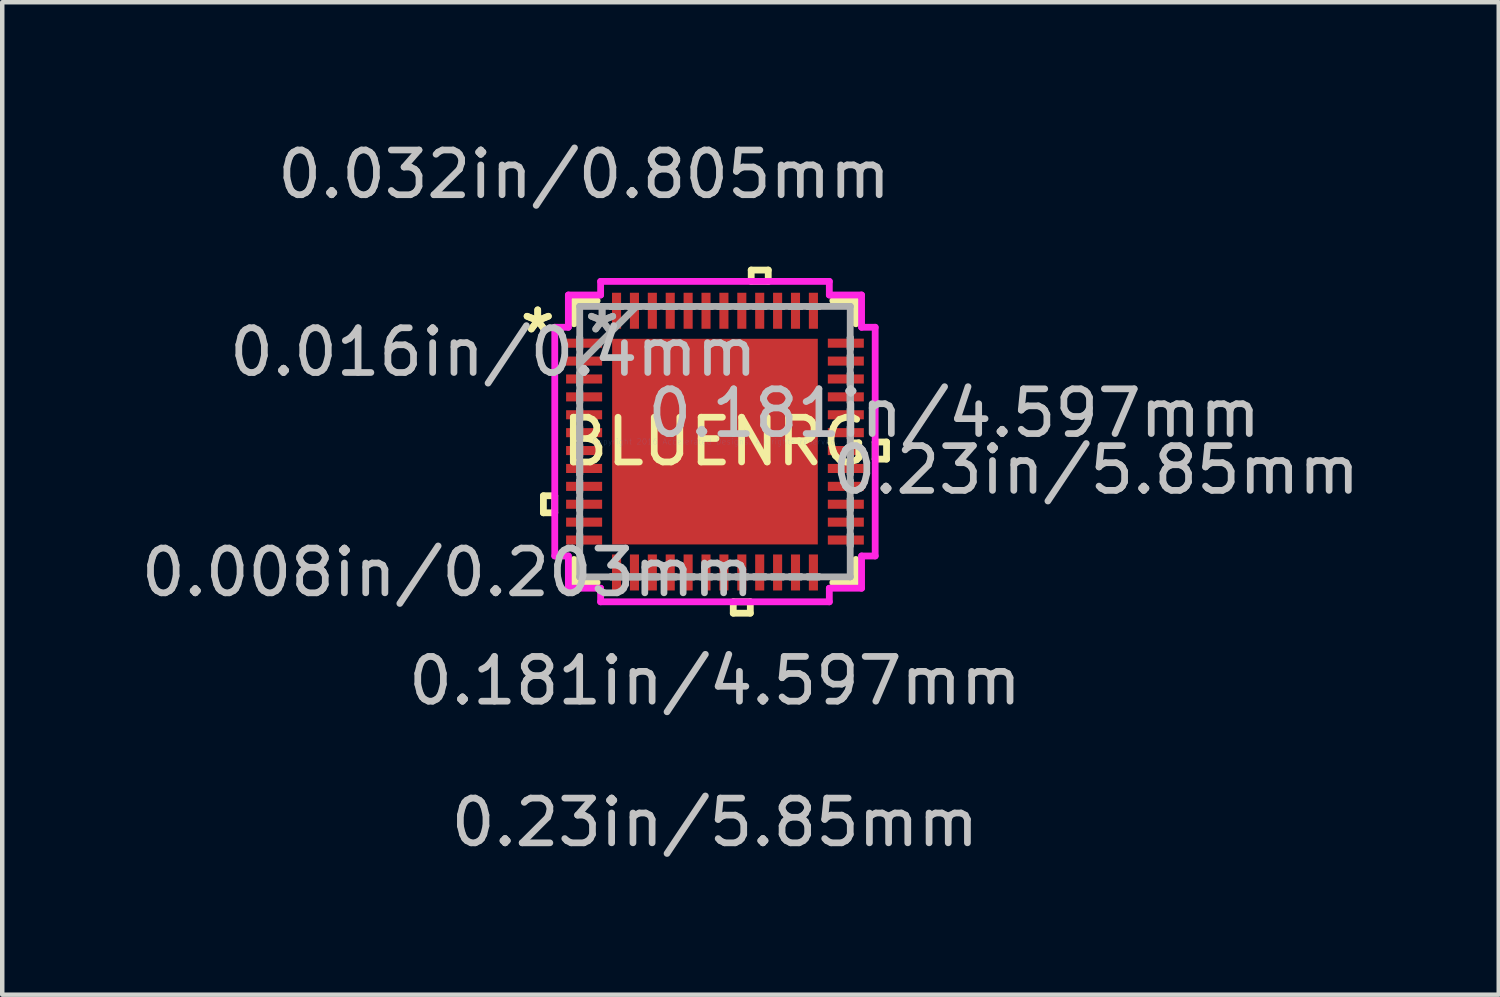
<source format=kicad_pcb>
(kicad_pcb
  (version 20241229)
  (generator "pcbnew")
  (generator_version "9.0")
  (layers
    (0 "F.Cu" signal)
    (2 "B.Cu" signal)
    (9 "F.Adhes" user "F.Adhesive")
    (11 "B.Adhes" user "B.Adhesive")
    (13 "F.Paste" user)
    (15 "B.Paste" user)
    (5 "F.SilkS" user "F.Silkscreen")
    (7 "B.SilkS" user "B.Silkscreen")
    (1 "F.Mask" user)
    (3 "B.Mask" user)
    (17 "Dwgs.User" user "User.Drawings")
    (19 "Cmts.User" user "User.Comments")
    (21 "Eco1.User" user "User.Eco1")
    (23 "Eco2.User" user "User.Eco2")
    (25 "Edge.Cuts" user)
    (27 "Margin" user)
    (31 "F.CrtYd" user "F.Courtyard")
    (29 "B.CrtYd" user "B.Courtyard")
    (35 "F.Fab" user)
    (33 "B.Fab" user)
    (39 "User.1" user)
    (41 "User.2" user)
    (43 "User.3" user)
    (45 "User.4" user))
  (footprint "BLUENRG"
    (layer "F.Cu")
    (at 12.931 6.821)
    (property "Reference" "BLUENRG" (at 0 0 0) (layer "F.SilkS") (effects (font (size 1 1) (thickness 0.15))))
    (attr through_hole)
    (fp_line (start -3.835 1.21) (end -3.835 1.591) (stroke (width 0.152) (type solid)) (layer "F.SilkS"))
    (fp_line (start -3.835 1.591) (end -3.581 1.591) (stroke (width 0.152) (type solid)) (layer "F.SilkS"))
    (fp_line (start -3.581 1.21) (end -3.835 1.21) (stroke (width 0.152) (type solid)) (layer "F.SilkS"))
    (fp_line (start -3.581 1.591) (end -3.581 1.21) (stroke (width 0.152) (type solid)) (layer "F.SilkS"))
    (fp_line (start -3.15 -3.15) (end -3.15 -2.634) (stroke (width 0.152) (type solid)) (layer "F.SilkS"))
    (fp_line (start -3.15 2.634) (end -3.15 3.15) (stroke (width 0.152) (type solid)) (layer "F.SilkS"))
    (fp_line (start -3.15 3.15) (end -2.634 3.15) (stroke (width 0.152) (type solid)) (layer "F.SilkS"))
    (fp_line (start -2.634 -3.15) (end -3.15 -3.15) (stroke (width 0.152) (type solid)) (layer "F.SilkS"))
    (fp_line (start 0.409 3.581) (end 0.409 3.835) (stroke (width 0.152) (type solid)) (layer "F.SilkS"))
    (fp_line (start 0.409 3.835) (end 0.79 3.835) (stroke (width 0.152) (type solid)) (layer "F.SilkS"))
    (fp_line (start 0.79 3.581) (end 0.409 3.581) (stroke (width 0.152) (type solid)) (layer "F.SilkS"))
    (fp_line (start 0.79 3.835) (end 0.79 3.581) (stroke (width 0.152) (type solid)) (layer "F.SilkS"))
    (fp_line (start 0.81 -3.835) (end 1.191 -3.835) (stroke (width 0.152) (type solid)) (layer "F.SilkS"))
    (fp_line (start 0.81 -3.581) (end 0.81 -3.835) (stroke (width 0.152) (type solid)) (layer "F.SilkS"))
    (fp_line (start 1.191 -3.835) (end 1.191 -3.581) (stroke (width 0.152) (type solid)) (layer "F.SilkS"))
    (fp_line (start 1.191 -3.581) (end 0.81 -3.581) (stroke (width 0.152) (type solid)) (layer "F.SilkS"))
    (fp_line (start 2.634 3.15) (end 3.15 3.15) (stroke (width 0.152) (type solid)) (layer "F.SilkS"))
    (fp_line (start 3.15 -3.15) (end 2.634 -3.15) (stroke (width 0.152) (type solid)) (layer "F.SilkS"))
    (fp_line (start 3.15 -2.634) (end 3.15 -3.15) (stroke (width 0.152) (type solid)) (layer "F.SilkS"))
    (fp_line (start 3.15 3.15) (end 3.15 2.634) (stroke (width 0.152) (type solid)) (layer "F.SilkS"))
    (fp_line (start 3.581 0.009) (end 3.835 0.009) (stroke (width 0.152) (type solid)) (layer "F.SilkS"))
    (fp_line (start 3.581 0.391) (end 3.581 0.009) (stroke (width 0.152) (type solid)) (layer "F.SilkS"))
    (fp_line (start 3.835 0.009) (end 3.835 0.391) (stroke (width 0.152) (type solid)) (layer "F.SilkS"))
    (fp_line (start 3.835 0.391) (end 3.581 0.391) (stroke (width 0.152) (type solid)) (layer "F.SilkS"))
    (fp_line (start -2.199 -2.199) (end -2.199 -0.866) (stroke (width 0.152) (type solid)) (layer "F.Paste"))
    (fp_line (start -2.199 -0.866) (end -0.866 -0.866) (stroke (width 0.152) (type solid)) (layer "F.Paste"))
    (fp_line (start -2.199 -0.666) (end -2.199 0.666) (stroke (width 0.152) (type solid)) (layer "F.Paste"))
    (fp_line (start -2.199 0.666) (end -0.866 0.666) (stroke (width 0.152) (type solid)) (layer "F.Paste"))
    (fp_line (start -2.199 0.866) (end -2.199 2.199) (stroke (width 0.152) (type solid)) (layer "F.Paste"))
    (fp_line (start -2.199 2.199) (end -0.866 2.199) (stroke (width 0.152) (type solid)) (layer "F.Paste"))
    (fp_line (start -0.866 -2.199) (end -2.199 -2.199) (stroke (width 0.152) (type solid)) (layer "F.Paste"))
    (fp_line (start -0.866 -0.866) (end -0.866 -2.199) (stroke (width 0.152) (type solid)) (layer "F.Paste"))
    (fp_line (start -0.866 -0.666) (end -2.199 -0.666) (stroke (width 0.152) (type solid)) (layer "F.Paste"))
    (fp_line (start -0.866 0.666) (end -0.866 -0.666) (stroke (width 0.152) (type solid)) (layer "F.Paste"))
    (fp_line (start -0.866 0.866) (end -2.199 0.866) (stroke (width 0.152) (type solid)) (layer "F.Paste"))
    (fp_line (start -0.866 2.199) (end -0.866 0.866) (stroke (width 0.152) (type solid)) (layer "F.Paste"))
    (fp_line (start -0.666 -2.199) (end -0.666 -0.866) (stroke (width 0.152) (type solid)) (layer "F.Paste"))
    (fp_line (start -0.666 -0.866) (end 0.666 -0.866) (stroke (width 0.152) (type solid)) (layer "F.Paste"))
    (fp_line (start -0.666 -0.666) (end -0.666 0.666) (stroke (width 0.152) (type solid)) (layer "F.Paste"))
    (fp_line (start -0.666 0.666) (end 0.666 0.666) (stroke (width 0.152) (type solid)) (layer "F.Paste"))
    (fp_line (start -0.666 0.866) (end -0.666 2.199) (stroke (width 0.152) (type solid)) (layer "F.Paste"))
    (fp_line (start -0.666 2.199) (end 0.666 2.199) (stroke (width 0.152) (type solid)) (layer "F.Paste"))
    (fp_line (start 0.666 -2.199) (end -0.666 -2.199) (stroke (width 0.152) (type solid)) (layer "F.Paste"))
    (fp_line (start 0.666 -0.866) (end 0.666 -2.199) (stroke (width 0.152) (type solid)) (layer "F.Paste"))
    (fp_line (start 0.666 -0.666) (end -0.666 -0.666) (stroke (width 0.152) (type solid)) (layer "F.Paste"))
    (fp_line (start 0.666 0.666) (end 0.666 -0.666) (stroke (width 0.152) (type solid)) (layer "F.Paste"))
    (fp_line (start 0.666 0.866) (end -0.666 0.866) (stroke (width 0.152) (type solid)) (layer "F.Paste"))
    (fp_line (start 0.666 2.199) (end 0.666 0.866) (stroke (width 0.152) (type solid)) (layer "F.Paste"))
    (fp_line (start 0.866 -2.199) (end 0.866 -0.866) (stroke (width 0.152) (type solid)) (layer "F.Paste"))
    (fp_line (start 0.866 -0.866) (end 2.199 -0.866) (stroke (width 0.152) (type solid)) (layer "F.Paste"))
    (fp_line (start 0.866 -0.666) (end 0.866 0.666) (stroke (width 0.152) (type solid)) (layer "F.Paste"))
    (fp_line (start 0.866 0.666) (end 2.199 0.666) (stroke (width 0.152) (type solid)) (layer "F.Paste"))
    (fp_line (start 0.866 0.866) (end 0.866 2.199) (stroke (width 0.152) (type solid)) (layer "F.Paste"))
    (fp_line (start 0.866 2.199) (end 2.199 2.199) (stroke (width 0.152) (type solid)) (layer "F.Paste"))
    (fp_line (start 2.199 -2.199) (end 0.866 -2.199) (stroke (width 0.152) (type solid)) (layer "F.Paste"))
    (fp_line (start 2.199 -0.866) (end 2.199 -2.199) (stroke (width 0.152) (type solid)) (layer "F.Paste"))
    (fp_line (start 2.199 -0.666) (end 0.866 -0.666) (stroke (width 0.152) (type solid)) (layer "F.Paste"))
    (fp_line (start 2.199 0.666) (end 2.199 -0.666) (stroke (width 0.152) (type solid)) (layer "F.Paste"))
    (fp_line (start 2.199 0.866) (end 0.866 0.866) (stroke (width 0.152) (type solid)) (layer "F.Paste"))
    (fp_line (start 2.199 2.199) (end 2.199 0.866) (stroke (width 0.152) (type solid)) (layer "F.Paste"))
    (fp_line (start -3.581 -2.556) (end -3.277 -2.556) (stroke (width 0.152) (type solid)) (layer "F.CrtYd"))
    (fp_line (start -3.581 2.556) (end -3.581 -2.556) (stroke (width 0.152) (type solid)) (layer "F.CrtYd"))
    (fp_line (start -3.277 -3.277) (end -2.556 -3.277) (stroke (width 0.152) (type solid)) (layer "F.CrtYd"))
    (fp_line (start -3.277 -2.556) (end -3.277 -3.277) (stroke (width 0.152) (type solid)) (layer "F.CrtYd"))
    (fp_line (start -3.277 2.556) (end -3.581 2.556) (stroke (width 0.152) (type solid)) (layer "F.CrtYd"))
    (fp_line (start -3.277 3.277) (end -3.277 2.556) (stroke (width 0.152) (type solid)) (layer "F.CrtYd"))
    (fp_line (start -2.556 -3.581) (end 2.556 -3.581) (stroke (width 0.152) (type solid)) (layer "F.CrtYd"))
    (fp_line (start -2.556 -3.277) (end -2.556 -3.581) (stroke (width 0.152) (type solid)) (layer "F.CrtYd"))
    (fp_line (start -2.556 3.277) (end -3.277 3.277) (stroke (width 0.152) (type solid)) (layer "F.CrtYd"))
    (fp_line (start -2.556 3.581) (end -2.556 3.277) (stroke (width 0.152) (type solid)) (layer "F.CrtYd"))
    (fp_line (start 2.556 -3.581) (end 2.556 -3.277) (stroke (width 0.152) (type solid)) (layer "F.CrtYd"))
    (fp_line (start 2.556 -3.277) (end 3.277 -3.277) (stroke (width 0.152) (type solid)) (layer "F.CrtYd"))
    (fp_line (start 2.556 3.277) (end 2.556 3.581) (stroke (width 0.152) (type solid)) (layer "F.CrtYd"))
    (fp_line (start 2.556 3.581) (end -2.556 3.581) (stroke (width 0.152) (type solid)) (layer "F.CrtYd"))
    (fp_line (start 3.277 -3.277) (end 3.277 -2.556) (stroke (width 0.152) (type solid)) (layer "F.CrtYd"))
    (fp_line (start 3.277 -2.556) (end 3.581 -2.556) (stroke (width 0.152) (type solid)) (layer "F.CrtYd"))
    (fp_line (start 3.277 2.556) (end 3.277 3.277) (stroke (width 0.152) (type solid)) (layer "F.CrtYd"))
    (fp_line (start 3.277 3.277) (end 2.556 3.277) (stroke (width 0.152) (type solid)) (layer "F.CrtYd"))
    (fp_line (start 3.581 -2.556) (end 3.581 2.556) (stroke (width 0.152) (type solid)) (layer "F.CrtYd"))
    (fp_line (start 3.581 2.556) (end 3.277 2.556) (stroke (width 0.152) (type solid)) (layer "F.CrtYd"))
    (fp_line (start -3.023 -3.023) (end -3.023 -3.023) (stroke (width 0.152) (type solid)) (layer "F.Fab"))
    (fp_line (start -3.023 -3.023) (end -3.023 3.023) (stroke (width 0.152) (type solid)) (layer "F.Fab"))
    (fp_line (start -3.023 -2.327) (end -3.023 -2.327) (stroke (width 0.152) (type solid)) (layer "F.Fab"))
    (fp_line (start -3.023 -2.327) (end -3.023 -2.073) (stroke (width 0.152) (type solid)) (layer "F.Fab"))
    (fp_line (start -3.023 -2.073) (end -3.023 -2.327) (stroke (width 0.152) (type solid)) (layer "F.Fab"))
    (fp_line (start -3.023 -2.073) (end -3.023 -2.073) (stroke (width 0.152) (type solid)) (layer "F.Fab"))
    (fp_line (start -3.023 -1.927) (end -3.023 -1.927) (stroke (width 0.152) (type solid)) (layer "F.Fab"))
    (fp_line (start -3.023 -1.927) (end -3.023 -1.673) (stroke (width 0.152) (type solid)) (layer "F.Fab"))
    (fp_line (start -3.023 -1.753) (end -1.753 -3.023) (stroke (width 0.152) (type solid)) (layer "F.Fab"))
    (fp_line (start -3.023 -1.673) (end -3.023 -1.927) (stroke (width 0.152) (type solid)) (layer "F.Fab"))
    (fp_line (start -3.023 -1.673) (end -3.023 -1.673) (stroke (width 0.152) (type solid)) (layer "F.Fab"))
    (fp_line (start -3.023 -1.527) (end -3.023 -1.527) (stroke (width 0.152) (type solid)) (layer "F.Fab"))
    (fp_line (start -3.023 -1.527) (end -3.023 -1.273) (stroke (width 0.152) (type solid)) (layer "F.Fab"))
    (fp_line (start -3.023 -1.273) (end -3.023 -1.527) (stroke (width 0.152) (type solid)) (layer "F.Fab"))
    (fp_line (start -3.023 -1.273) (end -3.023 -1.273) (stroke (width 0.152) (type solid)) (layer "F.Fab"))
    (fp_line (start -3.023 -1.127) (end -3.023 -1.127) (stroke (width 0.152) (type solid)) (layer "F.Fab"))
    (fp_line (start -3.023 -1.127) (end -3.023 -0.873) (stroke (width 0.152) (type solid)) (layer "F.Fab"))
    (fp_line (start -3.023 -0.873) (end -3.023 -1.127) (stroke (width 0.152) (type solid)) (layer "F.Fab"))
    (fp_line (start -3.023 -0.873) (end -3.023 -0.873) (stroke (width 0.152) (type solid)) (layer "F.Fab"))
    (fp_line (start -3.023 -0.727) (end -3.023 -0.727) (stroke (width 0.152) (type solid)) (layer "F.Fab"))
    (fp_line (start -3.023 -0.727) (end -3.023 -0.473) (stroke (width 0.152) (type solid)) (layer "F.Fab"))
    (fp_line (start -3.023 -0.473) (end -3.023 -0.727) (stroke (width 0.152) (type solid)) (layer "F.Fab"))
    (fp_line (start -3.023 -0.473) (end -3.023 -0.473) (stroke (width 0.152) (type solid)) (layer "F.Fab"))
    (fp_line (start -3.023 -0.327) (end -3.023 -0.327) (stroke (width 0.152) (type solid)) (layer "F.Fab"))
    (fp_line (start -3.023 -0.327) (end -3.023 -0.073) (stroke (width 0.152) (type solid)) (layer "F.Fab"))
    (fp_line (start -3.023 -0.073) (end -3.023 -0.327) (stroke (width 0.152) (type solid)) (layer "F.Fab"))
    (fp_line (start -3.023 -0.073) (end -3.023 -0.073) (stroke (width 0.152) (type solid)) (layer "F.Fab"))
    (fp_line (start -3.023 0.073) (end -3.023 0.073) (stroke (width 0.152) (type solid)) (layer "F.Fab"))
    (fp_line (start -3.023 0.073) (end -3.023 0.327) (stroke (width 0.152) (type solid)) (layer "F.Fab"))
    (fp_line (start -3.023 0.327) (end -3.023 0.073) (stroke (width 0.152) (type solid)) (layer "F.Fab"))
    (fp_line (start -3.023 0.327) (end -3.023 0.327) (stroke (width 0.152) (type solid)) (layer "F.Fab"))
    (fp_line (start -3.023 0.473) (end -3.023 0.473) (stroke (width 0.152) (type solid)) (layer "F.Fab"))
    (fp_line (start -3.023 0.473) (end -3.023 0.727) (stroke (width 0.152) (type solid)) (layer "F.Fab"))
    (fp_line (start -3.023 0.727) (end -3.023 0.473) (stroke (width 0.152) (type solid)) (layer "F.Fab"))
    (fp_line (start -3.023 0.727) (end -3.023 0.727) (stroke (width 0.152) (type solid)) (layer "F.Fab"))
    (fp_line (start -3.023 0.873) (end -3.023 0.873) (stroke (width 0.152) (type solid)) (layer "F.Fab"))
    (fp_line (start -3.023 0.873) (end -3.023 1.127) (stroke (width 0.152) (type solid)) (layer "F.Fab"))
    (fp_line (start -3.023 1.127) (end -3.023 0.873) (stroke (width 0.152) (type solid)) (layer "F.Fab"))
    (fp_line (start -3.023 1.127) (end -3.023 1.127) (stroke (width 0.152) (type solid)) (layer "F.Fab"))
    (fp_line (start -3.023 1.273) (end -3.023 1.273) (stroke (width 0.152) (type solid)) (layer "F.Fab"))
    (fp_line (start -3.023 1.273) (end -3.023 1.527) (stroke (width 0.152) (type solid)) (layer "F.Fab"))
    (fp_line (start -3.023 1.527) (end -3.023 1.273) (stroke (width 0.152) (type solid)) (layer "F.Fab"))
    (fp_line (start -3.023 1.527) (end -3.023 1.527) (stroke (width 0.152) (type solid)) (layer "F.Fab"))
    (fp_line (start -3.023 1.673) (end -3.023 1.673) (stroke (width 0.152) (type solid)) (layer "F.Fab"))
    (fp_line (start -3.023 1.673) (end -3.023 1.927) (stroke (width 0.152) (type solid)) (layer "F.Fab"))
    (fp_line (start -3.023 1.927) (end -3.023 1.673) (stroke (width 0.152) (type solid)) (layer "F.Fab"))
    (fp_line (start -3.023 1.927) (end -3.023 1.927) (stroke (width 0.152) (type solid)) (layer "F.Fab"))
    (fp_line (start -3.023 2.073) (end -3.023 2.073) (stroke (width 0.152) (type solid)) (layer "F.Fab"))
    (fp_line (start -3.023 2.073) (end -3.023 2.327) (stroke (width 0.152) (type solid)) (layer "F.Fab"))
    (fp_line (start -3.023 2.327) (end -3.023 2.073) (stroke (width 0.152) (type solid)) (layer "F.Fab"))
    (fp_line (start -3.023 2.327) (end -3.023 2.327) (stroke (width 0.152) (type solid)) (layer "F.Fab"))
    (fp_line (start -3.023 3.023) (end -3.023 3.023) (stroke (width 0.152) (type solid)) (layer "F.Fab"))
    (fp_line (start -3.023 3.023) (end 3.023 3.023) (stroke (width 0.152) (type solid)) (layer "F.Fab"))
    (fp_line (start -2.327 -3.023) (end -2.327 -3.023) (stroke (width 0.152) (type solid)) (layer "F.Fab"))
    (fp_line (start -2.327 -3.023) (end -2.073 -3.023) (stroke (width 0.152) (type solid)) (layer "F.Fab"))
    (fp_line (start -2.327 3.023) (end -2.327 3.023) (stroke (width 0.152) (type solid)) (layer "F.Fab"))
    (fp_line (start -2.327 3.023) (end -2.073 3.023) (stroke (width 0.152) (type solid)) (layer "F.Fab"))
    (fp_line (start -2.073 -3.023) (end -2.327 -3.023) (stroke (width 0.152) (type solid)) (layer "F.Fab"))
    (fp_line (start -2.073 -3.023) (end -2.073 -3.023) (stroke (width 0.152) (type solid)) (layer "F.Fab"))
    (fp_line (start -2.073 3.023) (end -2.327 3.023) (stroke (width 0.152) (type solid)) (layer "F.Fab"))
    (fp_line (start -2.073 3.023) (end -2.073 3.023) (stroke (width 0.152) (type solid)) (layer "F.Fab"))
    (fp_line (start -1.927 -3.023) (end -1.927 -3.023) (stroke (width 0.152) (type solid)) (layer "F.Fab"))
    (fp_line (start -1.927 -3.023) (end -1.673 -3.023) (stroke (width 0.152) (type solid)) (layer "F.Fab"))
    (fp_line (start -1.927 3.023) (end -1.927 3.023) (stroke (width 0.152) (type solid)) (layer "F.Fab"))
    (fp_line (start -1.927 3.023) (end -1.673 3.023) (stroke (width 0.152) (type solid)) (layer "F.Fab"))
    (fp_line (start -1.673 -3.023) (end -1.927 -3.023) (stroke (width 0.152) (type solid)) (layer "F.Fab"))
    (fp_line (start -1.673 -3.023) (end -1.673 -3.023) (stroke (width 0.152) (type solid)) (layer "F.Fab"))
    (fp_line (start -1.673 3.023) (end -1.927 3.023) (stroke (width 0.152) (type solid)) (layer "F.Fab"))
    (fp_line (start -1.673 3.023) (end -1.673 3.023) (stroke (width 0.152) (type solid)) (layer "F.Fab"))
    (fp_line (start -1.527 -3.023) (end -1.527 -3.023) (stroke (width 0.152) (type solid)) (layer "F.Fab"))
    (fp_line (start -1.527 -3.023) (end -1.273 -3.023) (stroke (width 0.152) (type solid)) (layer "F.Fab"))
    (fp_line (start -1.527 3.023) (end -1.527 3.023) (stroke (width 0.152) (type solid)) (layer "F.Fab"))
    (fp_line (start -1.527 3.023) (end -1.273 3.023) (stroke (width 0.152) (type solid)) (layer "F.Fab"))
    (fp_line (start -1.273 -3.023) (end -1.527 -3.023) (stroke (width 0.152) (type solid)) (layer "F.Fab"))
    (fp_line (start -1.273 -3.023) (end -1.273 -3.023) (stroke (width 0.152) (type solid)) (layer "F.Fab"))
    (fp_line (start -1.273 3.023) (end -1.527 3.023) (stroke (width 0.152) (type solid)) (layer "F.Fab"))
    (fp_line (start -1.273 3.023) (end -1.273 3.023) (stroke (width 0.152) (type solid)) (layer "F.Fab"))
    (fp_line (start -1.127 -3.023) (end -1.127 -3.023) (stroke (width 0.152) (type solid)) (layer "F.Fab"))
    (fp_line (start -1.127 -3.023) (end -0.873 -3.023) (stroke (width 0.152) (type solid)) (layer "F.Fab"))
    (fp_line (start -1.127 3.023) (end -1.127 3.023) (stroke (width 0.152) (type solid)) (layer "F.Fab"))
    (fp_line (start -1.127 3.023) (end -0.873 3.023) (stroke (width 0.152) (type solid)) (layer "F.Fab"))
    (fp_line (start -0.873 -3.023) (end -1.127 -3.023) (stroke (width 0.152) (type solid)) (layer "F.Fab"))
    (fp_line (start -0.873 -3.023) (end -0.873 -3.023) (stroke (width 0.152) (type solid)) (layer "F.Fab"))
    (fp_line (start -0.873 3.023) (end -1.127 3.023) (stroke (width 0.152) (type solid)) (layer "F.Fab"))
    (fp_line (start -0.873 3.023) (end -0.873 3.023) (stroke (width 0.152) (type solid)) (layer "F.Fab"))
    (fp_line (start -0.727 -3.023) (end -0.727 -3.023) (stroke (width 0.152) (type solid)) (layer "F.Fab"))
    (fp_line (start -0.727 -3.023) (end -0.473 -3.023) (stroke (width 0.152) (type solid)) (layer "F.Fab"))
    (fp_line (start -0.727 3.023) (end -0.727 3.023) (stroke (width 0.152) (type solid)) (layer "F.Fab"))
    (fp_line (start -0.727 3.023) (end -0.473 3.023) (stroke (width 0.152) (type solid)) (layer "F.Fab"))
    (fp_line (start -0.473 -3.023) (end -0.727 -3.023) (stroke (width 0.152) (type solid)) (layer "F.Fab"))
    (fp_line (start -0.473 -3.023) (end -0.473 -3.023) (stroke (width 0.152) (type solid)) (layer "F.Fab"))
    (fp_line (start -0.473 3.023) (end -0.727 3.023) (stroke (width 0.152) (type solid)) (layer "F.Fab"))
    (fp_line (start -0.473 3.023) (end -0.473 3.023) (stroke (width 0.152) (type solid)) (layer "F.Fab"))
    (fp_line (start -0.327 -3.023) (end -0.327 -3.023) (stroke (width 0.152) (type solid)) (layer "F.Fab"))
    (fp_line (start -0.327 -3.023) (end -0.073 -3.023) (stroke (width 0.152) (type solid)) (layer "F.Fab"))
    (fp_line (start -0.327 3.023) (end -0.327 3.023) (stroke (width 0.152) (type solid)) (layer "F.Fab"))
    (fp_line (start -0.327 3.023) (end -0.073 3.023) (stroke (width 0.152) (type solid)) (layer "F.Fab"))
    (fp_line (start -0.073 -3.023) (end -0.327 -3.023) (stroke (width 0.152) (type solid)) (layer "F.Fab"))
    (fp_line (start -0.073 -3.023) (end -0.073 -3.023) (stroke (width 0.152) (type solid)) (layer "F.Fab"))
    (fp_line (start -0.073 3.023) (end -0.327 3.023) (stroke (width 0.152) (type solid)) (layer "F.Fab"))
    (fp_line (start -0.073 3.023) (end -0.073 3.023) (stroke (width 0.152) (type solid)) (layer "F.Fab"))
    (fp_line (start 0.073 -3.023) (end 0.073 -3.023) (stroke (width 0.152) (type solid)) (layer "F.Fab"))
    (fp_line (start 0.073 -3.023) (end 0.327 -3.023) (stroke (width 0.152) (type solid)) (layer "F.Fab"))
    (fp_line (start 0.073 3.023) (end 0.073 3.023) (stroke (width 0.152) (type solid)) (layer "F.Fab"))
    (fp_line (start 0.073 3.023) (end 0.327 3.023) (stroke (width 0.152) (type solid)) (layer "F.Fab"))
    (fp_line (start 0.327 -3.023) (end 0.073 -3.023) (stroke (width 0.152) (type solid)) (layer "F.Fab"))
    (fp_line (start 0.327 -3.023) (end 0.327 -3.023) (stroke (width 0.152) (type solid)) (layer "F.Fab"))
    (fp_line (start 0.327 3.023) (end 0.073 3.023) (stroke (width 0.152) (type solid)) (layer "F.Fab"))
    (fp_line (start 0.327 3.023) (end 0.327 3.023) (stroke (width 0.152) (type solid)) (layer "F.Fab"))
    (fp_line (start 0.473 -3.023) (end 0.473 -3.023) (stroke (width 0.152) (type solid)) (layer "F.Fab"))
    (fp_line (start 0.473 -3.023) (end 0.727 -3.023) (stroke (width 0.152) (type solid)) (layer "F.Fab"))
    (fp_line (start 0.473 3.023) (end 0.473 3.023) (stroke (width 0.152) (type solid)) (layer "F.Fab"))
    (fp_line (start 0.473 3.023) (end 0.727 3.023) (stroke (width 0.152) (type solid)) (layer "F.Fab"))
    (fp_line (start 0.727 -3.023) (end 0.473 -3.023) (stroke (width 0.152) (type solid)) (layer "F.Fab"))
    (fp_line (start 0.727 -3.023) (end 0.727 -3.023) (stroke (width 0.152) (type solid)) (layer "F.Fab"))
    (fp_line (start 0.727 3.023) (end 0.473 3.023) (stroke (width 0.152) (type solid)) (layer "F.Fab"))
    (fp_line (start 0.727 3.023) (end 0.727 3.023) (stroke (width 0.152) (type solid)) (layer "F.Fab"))
    (fp_line (start 0.873 -3.023) (end 0.873 -3.023) (stroke (width 0.152) (type solid)) (layer "F.Fab"))
    (fp_line (start 0.873 -3.023) (end 1.127 -3.023) (stroke (width 0.152) (type solid)) (layer "F.Fab"))
    (fp_line (start 0.873 3.023) (end 0.873 3.023) (stroke (width 0.152) (type solid)) (layer "F.Fab"))
    (fp_line (start 0.873 3.023) (end 1.127 3.023) (stroke (width 0.152) (type solid)) (layer "F.Fab"))
    (fp_line (start 1.127 -3.023) (end 0.873 -3.023) (stroke (width 0.152) (type solid)) (layer "F.Fab"))
    (fp_line (start 1.127 -3.023) (end 1.127 -3.023) (stroke (width 0.152) (type solid)) (layer "F.Fab"))
    (fp_line (start 1.127 3.023) (end 0.873 3.023) (stroke (width 0.152) (type solid)) (layer "F.Fab"))
    (fp_line (start 1.127 3.023) (end 1.127 3.023) (stroke (width 0.152) (type solid)) (layer "F.Fab"))
    (fp_line (start 1.273 -3.023) (end 1.273 -3.023) (stroke (width 0.152) (type solid)) (layer "F.Fab"))
    (fp_line (start 1.273 -3.023) (end 1.527 -3.023) (stroke (width 0.152) (type solid)) (layer "F.Fab"))
    (fp_line (start 1.273 3.023) (end 1.273 3.023) (stroke (width 0.152) (type solid)) (layer "F.Fab"))
    (fp_line (start 1.273 3.023) (end 1.527 3.023) (stroke (width 0.152) (type solid)) (layer "F.Fab"))
    (fp_line (start 1.527 -3.023) (end 1.273 -3.023) (stroke (width 0.152) (type solid)) (layer "F.Fab"))
    (fp_line (start 1.527 -3.023) (end 1.527 -3.023) (stroke (width 0.152) (type solid)) (layer "F.Fab"))
    (fp_line (start 1.527 3.023) (end 1.273 3.023) (stroke (width 0.152) (type solid)) (layer "F.Fab"))
    (fp_line (start 1.527 3.023) (end 1.527 3.023) (stroke (width 0.152) (type solid)) (layer "F.Fab"))
    (fp_line (start 1.673 -3.023) (end 1.673 -3.023) (stroke (width 0.152) (type solid)) (layer "F.Fab"))
    (fp_line (start 1.673 -3.023) (end 1.927 -3.023) (stroke (width 0.152) (type solid)) (layer "F.Fab"))
    (fp_line (start 1.673 3.023) (end 1.673 3.023) (stroke (width 0.152) (type solid)) (layer "F.Fab"))
    (fp_line (start 1.673 3.023) (end 1.927 3.023) (stroke (width 0.152) (type solid)) (layer "F.Fab"))
    (fp_line (start 1.927 -3.023) (end 1.673 -3.023) (stroke (width 0.152) (type solid)) (layer "F.Fab"))
    (fp_line (start 1.927 -3.023) (end 1.927 -3.023) (stroke (width 0.152) (type solid)) (layer "F.Fab"))
    (fp_line (start 1.927 3.023) (end 1.673 3.023) (stroke (width 0.152) (type solid)) (layer "F.Fab"))
    (fp_line (start 1.927 3.023) (end 1.927 3.023) (stroke (width 0.152) (type solid)) (layer "F.Fab"))
    (fp_line (start 2.073 -3.023) (end 2.073 -3.023) (stroke (width 0.152) (type solid)) (layer "F.Fab"))
    (fp_line (start 2.073 -3.023) (end 2.327 -3.023) (stroke (width 0.152) (type solid)) (layer "F.Fab"))
    (fp_line (start 2.073 3.023) (end 2.073 3.023) (stroke (width 0.152) (type solid)) (layer "F.Fab"))
    (fp_line (start 2.073 3.023) (end 2.327 3.023) (stroke (width 0.152) (type solid)) (layer "F.Fab"))
    (fp_line (start 2.327 -3.023) (end 2.073 -3.023) (stroke (width 0.152) (type solid)) (layer "F.Fab"))
    (fp_line (start 2.327 -3.023) (end 2.327 -3.023) (stroke (width 0.152) (type solid)) (layer "F.Fab"))
    (fp_line (start 2.327 3.023) (end 2.073 3.023) (stroke (width 0.152) (type solid)) (layer "F.Fab"))
    (fp_line (start 2.327 3.023) (end 2.327 3.023) (stroke (width 0.152) (type solid)) (layer "F.Fab"))
    (fp_line (start 3.023 -3.023) (end -3.023 -3.023) (stroke (width 0.152) (type solid)) (layer "F.Fab"))
    (fp_line (start 3.023 -3.023) (end 3.023 -3.023) (stroke (width 0.152) (type solid)) (layer "F.Fab"))
    (fp_line (start 3.023 -2.327) (end 3.023 -2.327) (stroke (width 0.152) (type solid)) (layer "F.Fab"))
    (fp_line (start 3.023 -2.327) (end 3.023 -2.073) (stroke (width 0.152) (type solid)) (layer "F.Fab"))
    (fp_line (start 3.023 -2.073) (end 3.023 -2.327) (stroke (width 0.152) (type solid)) (layer "F.Fab"))
    (fp_line (start 3.023 -2.073) (end 3.023 -2.073) (stroke (width 0.152) (type solid)) (layer "F.Fab"))
    (fp_line (start 3.023 -1.927) (end 3.023 -1.927) (stroke (width 0.152) (type solid)) (layer "F.Fab"))
    (fp_line (start 3.023 -1.927) (end 3.023 -1.673) (stroke (width 0.152) (type solid)) (layer "F.Fab"))
    (fp_line (start 3.023 -1.673) (end 3.023 -1.927) (stroke (width 0.152) (type solid)) (layer "F.Fab"))
    (fp_line (start 3.023 -1.673) (end 3.023 -1.673) (stroke (width 0.152) (type solid)) (layer "F.Fab"))
    (fp_line (start 3.023 -1.527) (end 3.023 -1.527) (stroke (width 0.152) (type solid)) (layer "F.Fab"))
    (fp_line (start 3.023 -1.527) (end 3.023 -1.273) (stroke (width 0.152) (type solid)) (layer "F.Fab"))
    (fp_line (start 3.023 -1.273) (end 3.023 -1.527) (stroke (width 0.152) (type solid)) (layer "F.Fab"))
    (fp_line (start 3.023 -1.273) (end 3.023 -1.273) (stroke (width 0.152) (type solid)) (layer "F.Fab"))
    (fp_line (start 3.023 -1.127) (end 3.023 -1.127) (stroke (width 0.152) (type solid)) (layer "F.Fab"))
    (fp_line (start 3.023 -1.127) (end 3.023 -0.873) (stroke (width 0.152) (type solid)) (layer "F.Fab"))
    (fp_line (start 3.023 -0.873) (end 3.023 -1.127) (stroke (width 0.152) (type solid)) (layer "F.Fab"))
    (fp_line (start 3.023 -0.873) (end 3.023 -0.873) (stroke (width 0.152) (type solid)) (layer "F.Fab"))
    (fp_line (start 3.023 -0.727) (end 3.023 -0.727) (stroke (width 0.152) (type solid)) (layer "F.Fab"))
    (fp_line (start 3.023 -0.727) (end 3.023 -0.473) (stroke (width 0.152) (type solid)) (layer "F.Fab"))
    (fp_line (start 3.023 -0.473) (end 3.023 -0.727) (stroke (width 0.152) (type solid)) (layer "F.Fab"))
    (fp_line (start 3.023 -0.473) (end 3.023 -0.473) (stroke (width 0.152) (type solid)) (layer "F.Fab"))
    (fp_line (start 3.023 -0.327) (end 3.023 -0.327) (stroke (width 0.152) (type solid)) (layer "F.Fab"))
    (fp_line (start 3.023 -0.327) (end 3.023 -0.073) (stroke (width 0.152) (type solid)) (layer "F.Fab"))
    (fp_line (start 3.023 -0.073) (end 3.023 -0.327) (stroke (width 0.152) (type solid)) (layer "F.Fab"))
    (fp_line (start 3.023 -0.073) (end 3.023 -0.073) (stroke (width 0.152) (type solid)) (layer "F.Fab"))
    (fp_line (start 3.023 0.073) (end 3.023 0.073) (stroke (width 0.152) (type solid)) (layer "F.Fab"))
    (fp_line (start 3.023 0.073) (end 3.023 0.327) (stroke (width 0.152) (type solid)) (layer "F.Fab"))
    (fp_line (start 3.023 0.327) (end 3.023 0.073) (stroke (width 0.152) (type solid)) (layer "F.Fab"))
    (fp_line (start 3.023 0.327) (end 3.023 0.327) (stroke (width 0.152) (type solid)) (layer "F.Fab"))
    (fp_line (start 3.023 0.473) (end 3.023 0.473) (stroke (width 0.152) (type solid)) (layer "F.Fab"))
    (fp_line (start 3.023 0.473) (end 3.023 0.727) (stroke (width 0.152) (type solid)) (layer "F.Fab"))
    (fp_line (start 3.023 0.727) (end 3.023 0.473) (stroke (width 0.152) (type solid)) (layer "F.Fab"))
    (fp_line (start 3.023 0.727) (end 3.023 0.727) (stroke (width 0.152) (type solid)) (layer "F.Fab"))
    (fp_line (start 3.023 0.873) (end 3.023 0.873) (stroke (width 0.152) (type solid)) (layer "F.Fab"))
    (fp_line (start 3.023 0.873) (end 3.023 1.127) (stroke (width 0.152) (type solid)) (layer "F.Fab"))
    (fp_line (start 3.023 1.127) (end 3.023 0.873) (stroke (width 0.152) (type solid)) (layer "F.Fab"))
    (fp_line (start 3.023 1.127) (end 3.023 1.127) (stroke (width 0.152) (type solid)) (layer "F.Fab"))
    (fp_line (start 3.023 1.273) (end 3.023 1.273) (stroke (width 0.152) (type solid)) (layer "F.Fab"))
    (fp_line (start 3.023 1.273) (end 3.023 1.527) (stroke (width 0.152) (type solid)) (layer "F.Fab"))
    (fp_line (start 3.023 1.527) (end 3.023 1.273) (stroke (width 0.152) (type solid)) (layer "F.Fab"))
    (fp_line (start 3.023 1.527) (end 3.023 1.527) (stroke (width 0.152) (type solid)) (layer "F.Fab"))
    (fp_line (start 3.023 1.673) (end 3.023 1.673) (stroke (width 0.152) (type solid)) (layer "F.Fab"))
    (fp_line (start 3.023 1.673) (end 3.023 1.927) (stroke (width 0.152) (type solid)) (layer "F.Fab"))
    (fp_line (start 3.023 1.927) (end 3.023 1.673) (stroke (width 0.152) (type solid)) (layer "F.Fab"))
    (fp_line (start 3.023 1.927) (end 3.023 1.927) (stroke (width 0.152) (type solid)) (layer "F.Fab"))
    (fp_line (start 3.023 2.073) (end 3.023 2.073) (stroke (width 0.152) (type solid)) (layer "F.Fab"))
    (fp_line (start 3.023 2.073) (end 3.023 2.327) (stroke (width 0.152) (type solid)) (layer "F.Fab"))
    (fp_line (start 3.023 2.327) (end 3.023 2.073) (stroke (width 0.152) (type solid)) (layer "F.Fab"))
    (fp_line (start 3.023 2.327) (end 3.023 2.327) (stroke (width 0.152) (type solid)) (layer "F.Fab"))
    (fp_line (start 3.023 3.023) (end 3.023 -3.023) (stroke (width 0.152) (type solid)) (layer "F.Fab"))
    (fp_line (start 3.023 3.023) (end 3.023 3.023) (stroke (width 0.152) (type solid)) (layer "F.Fab"))
    (fp_text user "*" (at -3.962 -2.4 0) (layer "F.SilkS") (effects (font (size 1 1) (thickness 0.15))))
    (fp_text user "*" (at -3.962 -2.4 0) (layer "F.SilkS") (effects (font (size 1 1) (thickness 0.15))))
    (fp_text user "0.181in/4.597mm" (at 5.347 -0.635 0) (layer "Dwgs.User") (effects (font (size 1 1) (thickness 0.15))))
    (fp_text user "0.23in/5.85mm" (at 8.513 0.635 0) (layer "Dwgs.User") (effects (font (size 1 1) (thickness 0.15))))
    (fp_text user "0.181in/4.597mm" (at 0 5.347 0) (layer "Dwgs.User") (effects (font (size 1 1) (thickness 0.15))))
    (fp_text user "0.008in/0.203mm" (at -5.973 2.925 0) (layer "Dwgs.User") (effects (font (size 1 1) (thickness 0.15))))
    (fp_text user "0.032in/0.805mm" (at -2.925 -5.973 0) (layer "Dwgs.User") (effects (font (size 1 1) (thickness 0.15))))
    (fp_text user "0.23in/5.85mm" (at 0 8.513 0) (layer "Dwgs.User") (effects (font (size 1 1) (thickness 0.15))))
    (fp_text user "0.016in/0.4mm" (at -4.953 -2 0) (layer "Dwgs.User") (effects (font (size 1 1) (thickness 0.15))))
    (fp_text user "Copyright 2016 Accelerated Designs. All rights reserved." (at 0 0 0) (layer "Cmts.User") (effects (font (size 0.127 0.127) (thickness 0.002))))
    (fp_text user "*" (at -2.523 -2.4 0) (layer "F.Fab") (effects (font (size 1 1) (thickness 0.15))))
    (fp_text user "*" (at -2.523 -2.4 0) (layer "F.Fab") (effects (font (size 1 1) (thickness 0.15))))
    (pad "1" smd rect (at -2.925 -2.2 90) (size 0.203 0.805) (layers "F.Cu" "F.Mask" "F.Paste"))
    (pad "2" smd rect (at -2.925 -1.8 90) (size 0.203 0.805) (layers "F.Cu" "F.Mask" "F.Paste"))
    (pad "3" smd rect (at -2.925 -1.4 90) (size 0.203 0.805) (layers "F.Cu" "F.Mask" "F.Paste"))
    (pad "4" smd rect (at -2.925 -1 90) (size 0.203 0.805) (layers "F.Cu" "F.Mask" "F.Paste"))
    (pad "5" smd rect (at -2.925 -0.6 90) (size 0.203 0.805) (layers "F.Cu" "F.Mask" "F.Paste"))
    (pad "6" smd rect (at -2.925 -0.2 90) (size 0.203 0.805) (layers "F.Cu" "F.Mask" "F.Paste"))
    (pad "7" smd rect (at -2.925 0.2 90) (size 0.203 0.805) (layers "F.Cu" "F.Mask" "F.Paste"))
    (pad "8" smd rect (at -2.925 0.6 90) (size 0.203 0.805) (layers "F.Cu" "F.Mask" "F.Paste"))
    (pad "9" smd rect (at -2.925 1 90) (size 0.203 0.805) (layers "F.Cu" "F.Mask" "F.Paste"))
    (pad "10" smd rect (at -2.925 1.4 90) (size 0.203 0.805) (layers "F.Cu" "F.Mask" "F.Paste"))
    (pad "11" smd rect (at -2.925 1.8 90) (size 0.203 0.805) (layers "F.Cu" "F.Mask" "F.Paste"))
    (pad "12" smd rect (at -2.925 2.2 90) (size 0.203 0.805) (layers "F.Cu" "F.Mask" "F.Paste"))
    (pad "13" smd rect (at -2.2 2.925) (size 0.203 0.805) (layers "F.Cu" "F.Mask" "F.Paste"))
    (pad "14" smd rect (at -1.8 2.925) (size 0.203 0.805) (layers "F.Cu" "F.Mask" "F.Paste"))
    (pad "15" smd rect (at -1.4 2.925) (size 0.203 0.805) (layers "F.Cu" "F.Mask" "F.Paste"))
    (pad "16" smd rect (at -1 2.925) (size 0.203 0.805) (layers "F.Cu" "F.Mask" "F.Paste"))
    (pad "17" smd rect (at -0.6 2.925) (size 0.203 0.805) (layers "F.Cu" "F.Mask" "F.Paste"))
    (pad "18" smd rect (at -0.2 2.925) (size 0.203 0.805) (layers "F.Cu" "F.Mask" "F.Paste"))
    (pad "19" smd rect (at 0.2 2.925) (size 0.203 0.805) (layers "F.Cu" "F.Mask" "F.Paste"))
    (pad "20" smd rect (at 0.6 2.925) (size 0.203 0.805) (layers "F.Cu" "F.Mask" "F.Paste"))
    (pad "21" smd rect (at 1 2.925) (size 0.203 0.805) (layers "F.Cu" "F.Mask" "F.Paste"))
    (pad "22" smd rect (at 1.4 2.925) (size 0.203 0.805) (layers "F.Cu" "F.Mask" "F.Paste"))
    (pad "23" smd rect (at 1.8 2.925) (size 0.203 0.805) (layers "F.Cu" "F.Mask" "F.Paste"))
    (pad "24" smd rect (at 2.2 2.925) (size 0.203 0.805) (layers "F.Cu" "F.Mask" "F.Paste"))
    (pad "25" smd rect (at 2.925 2.2 90) (size 0.203 0.805) (layers "F.Cu" "F.Mask" "F.Paste"))
    (pad "26" smd rect (at 2.925 1.8 90) (size 0.203 0.805) (layers "F.Cu" "F.Mask" "F.Paste"))
    (pad "27" smd rect (at 2.925 1.4 90) (size 0.203 0.805) (layers "F.Cu" "F.Mask" "F.Paste"))
    (pad "28" smd rect (at 2.925 1 90) (size 0.203 0.805) (layers "F.Cu" "F.Mask" "F.Paste"))
    (pad "29" smd rect (at 2.925 0.6 90) (size 0.203 0.805) (layers "F.Cu" "F.Mask" "F.Paste"))
    (pad "30" smd rect (at 2.925 0.2 90) (size 0.203 0.805) (layers "F.Cu" "F.Mask" "F.Paste"))
    (pad "31" smd rect (at 2.925 -0.2 90) (size 0.203 0.805) (layers "F.Cu" "F.Mask" "F.Paste"))
    (pad "32" smd rect (at 2.925 -0.6 90) (size 0.203 0.805) (layers "F.Cu" "F.Mask" "F.Paste"))
    (pad "33" smd rect (at 2.925 -1 90) (size 0.203 0.805) (layers "F.Cu" "F.Mask" "F.Paste"))
    (pad "34" smd rect (at 2.925 -1.4 90) (size 0.203 0.805) (layers "F.Cu" "F.Mask" "F.Paste"))
    (pad "35" smd rect (at 2.925 -1.8 90) (size 0.203 0.805) (layers "F.Cu" "F.Mask" "F.Paste"))
    (pad "36" smd rect (at 2.925 -2.2 90) (size 0.203 0.805) (layers "F.Cu" "F.Mask" "F.Paste"))
    (pad "37" smd rect (at 2.2 -2.925) (size 0.203 0.805) (layers "F.Cu" "F.Mask" "F.Paste"))
    (pad "38" smd rect (at 1.8 -2.925) (size 0.203 0.805) (layers "F.Cu" "F.Mask" "F.Paste"))
    (pad "39" smd rect (at 1.4 -2.925) (size 0.203 0.805) (layers "F.Cu" "F.Mask" "F.Paste"))
    (pad "40" smd rect (at 1 -2.925) (size 0.203 0.805) (layers "F.Cu" "F.Mask" "F.Paste"))
    (pad "41" smd rect (at 0.6 -2.925) (size 0.203 0.805) (layers "F.Cu" "F.Mask" "F.Paste"))
    (pad "42" smd rect (at 0.2 -2.925) (size 0.203 0.805) (layers "F.Cu" "F.Mask" "F.Paste"))
    (pad "43" smd rect (at -0.2 -2.925) (size 0.203 0.805) (layers "F.Cu" "F.Mask" "F.Paste"))
    (pad "44" smd rect (at -0.6 -2.925) (size 0.203 0.805) (layers "F.Cu" "F.Mask" "F.Paste"))
    (pad "45" smd rect (at -1 -2.925) (size 0.203 0.805) (layers "F.Cu" "F.Mask" "F.Paste"))
    (pad "46" smd rect (at -1.4 -2.925) (size 0.203 0.805) (layers "F.Cu" "F.Mask" "F.Paste"))
    (pad "47" smd rect (at -1.8 -2.925) (size 0.203 0.805) (layers "F.Cu" "F.Mask" "F.Paste"))
    (pad "48" smd rect (at -2.2 -2.925) (size 0.203 0.805) (layers "F.Cu" "F.Mask" "F.Paste"))
    (pad "49" smd rect (at 0 0) (size 4.597 4.597) (layers "F.Cu" "F.Mask" "F.Paste")))
  (gr_rect
    (start -3 -3)
    (end 30.45 19.183)
    (stroke (width 0.1) (type default))
    (fill no)
    (layer "Edge.Cuts")))
</source>
